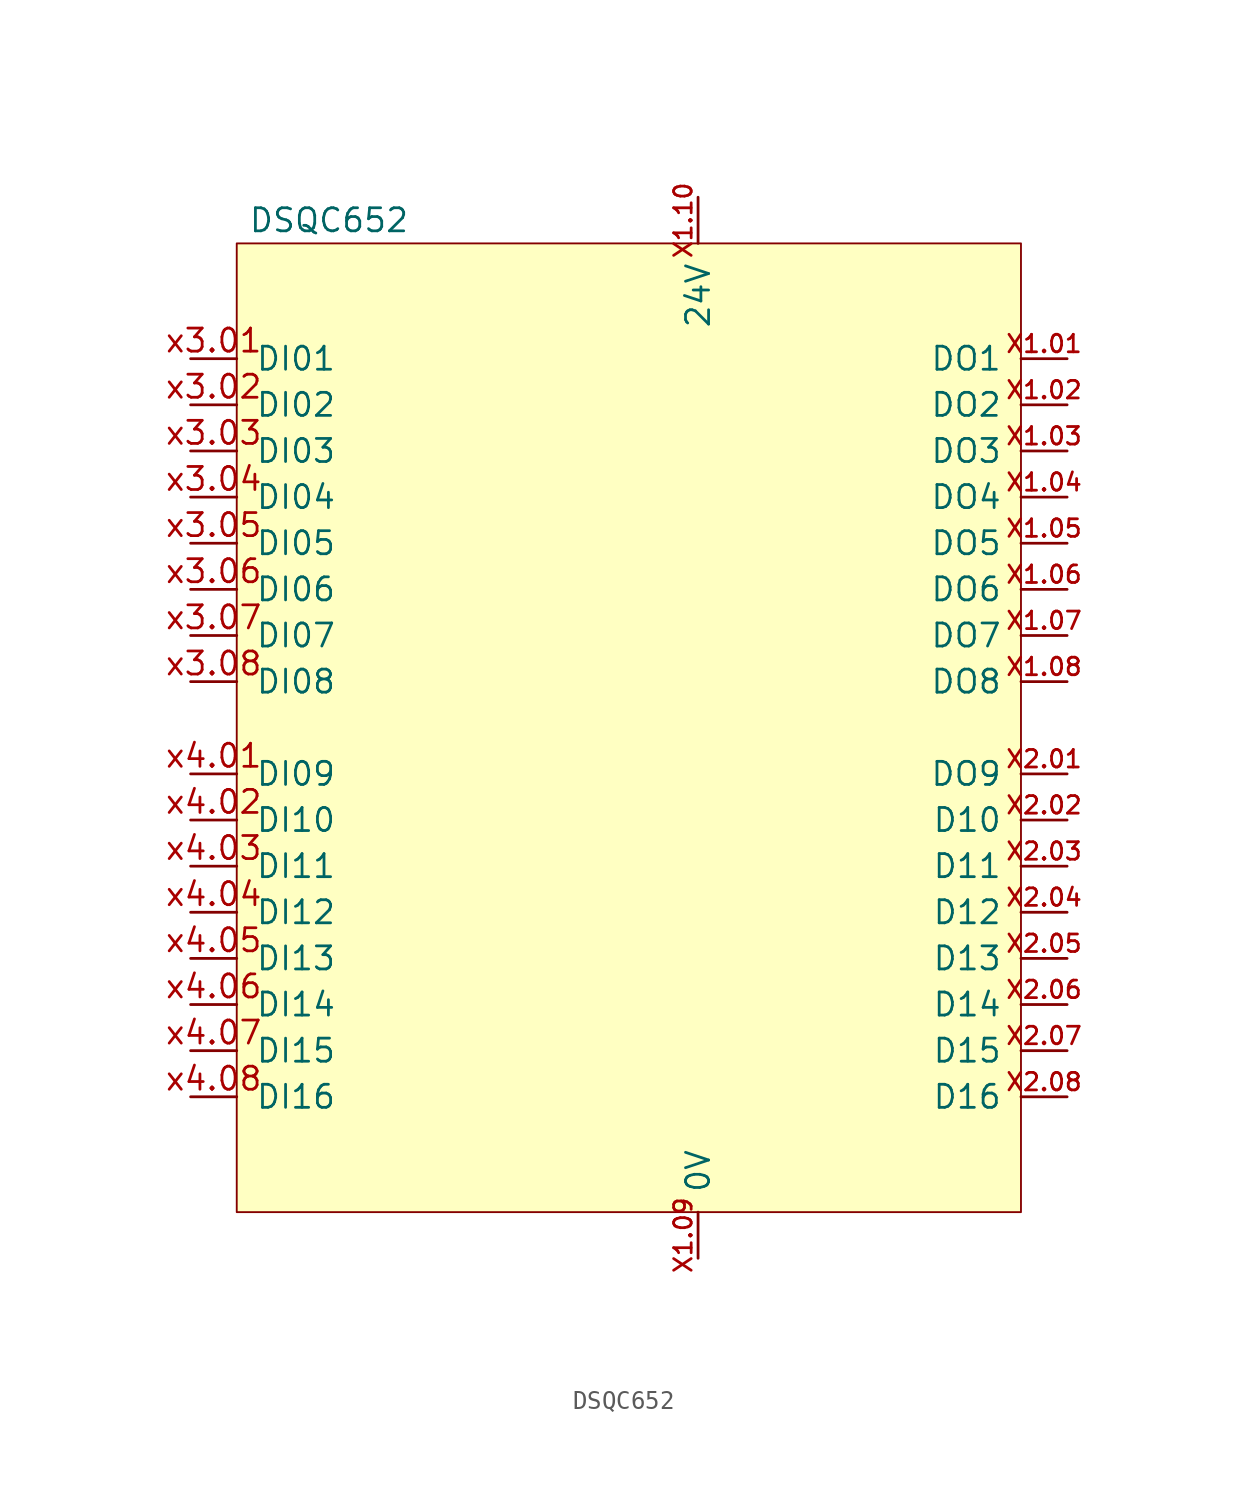
<source format=kicad_sym>
(kicad_symbol_lib
  (version 20220914)
  (generator kicad_symbol_editor)
  (symbol "DSQC652"
    (power)
    (pin_names
      (offset 1.016))
    (property "Reference" "U"
      (at 20.32 27.94 0)
      (effects (font (size 1.27 1.27)) hide))
    (property "Value" "DSQC652"
      (at -16.51 27.94 0)
      (effects (font (size 1.27 1.27))))
    (symbol "DSQC652_0_0"
      (pin output line (at 24.13 20.32 180) (length 2.54) (name "DO1" (effects (font (size 1.27 1.27)))) (number "X1.01" (effects (font (size 0.965 0.965)))))
      (pin power_in line (at 3.81 -29.21 90) (length 2.54) (name "0V" (effects (font (size 1.27 1.27)))) (number "X1.09" (effects (font (size 0.965 0.965)))))
      (pin power_out line (at 3.81 29.21 270) (length 2.54) (name "24V" (effects (font (size 1.27 1.27)))) (number "X1.10" (effects (font (size 0.965 0.965))))))
    (symbol "DSQC652_0_1"
      (rectangle (start 21.59 -26.67) (end -21.59 26.67) (stroke (width 0.102) (type default)) (fill (type background))))
    (symbol "DSQC652_1_1"
      (pin output line (at 24.13 17.78 180) (length 2.54) (name "DO2" (effects (font (size 1.27 1.27)))) (number "X1.02" (effects (font (size 0.965 0.965)))))
      (pin output line (at 24.13 15.24 180) (length 2.54) (name "DO3" (effects (font (size 1.27 1.27)))) (number "X1.03" (effects (font (size 0.965 0.965)))))
      (pin output line (at 24.13 12.7 180) (length 2.54) (name "DO4" (effects (font (size 1.27 1.27)))) (number "X1.04" (effects (font (size 0.965 0.965)))))
      (pin output line (at 24.13 10.16 180) (length 2.54) (name "DO5" (effects (font (size 1.27 1.27)))) (number "X1.05" (effects (font (size 0.965 0.965)))))
      (pin output line (at 24.13 7.62 180) (length 2.54) (name "DO6" (effects (font (size 1.27 1.27)))) (number "X1.06" (effects (font (size 0.965 0.965)))))
      (pin output line (at 24.13 5.08 180) (length 2.54) (name "DO7" (effects (font (size 1.27 1.27)))) (number "X1.07" (effects (font (size 0.965 0.965)))))
      (pin output line (at 24.13 2.54 180) (length 2.54) (name "DO8" (effects (font (size 1.27 1.27)))) (number "X1.08" (effects (font (size 0.965 0.965)))))
      (pin output line (at 24.13 -2.54 180) (length 2.54) (name "DO9" (effects (font (size 1.27 1.27)))) (number "X2.01" (effects (font (size 0.965 0.965)))))
      (pin output line (at 24.13 -5.08 180) (length 2.54) (name "D10" (effects (font (size 1.27 1.27)))) (number "X2.02" (effects (font (size 0.965 0.965)))))
      (pin output line (at 24.13 -7.62 180) (length 2.54) (name "D11" (effects (font (size 1.27 1.27)))) (number "X2.03" (effects (font (size 0.965 0.965)))))
      (pin output line (at 24.13 -10.16 180) (length 2.54) (name "D12" (effects (font (size 1.27 1.27)))) (number "X2.04" (effects (font (size 0.965 0.965)))))
      (pin output line (at 24.13 -12.7 180) (length 2.54) (name "D13" (effects (font (size 1.27 1.27)))) (number "X2.05" (effects (font (size 0.965 0.965)))))
      (pin output line (at 24.13 -15.24 180) (length 2.54) (name "D14" (effects (font (size 1.27 1.27)))) (number "X2.06" (effects (font (size 0.965 0.965)))))
      (pin output line (at 24.13 -17.78 180) (length 2.54) (name "D15" (effects (font (size 1.27 1.27)))) (number "X2.07" (effects (font (size 0.965 0.965)))))
      (pin output line (at 24.13 -20.32 180) (length 2.54) (name "D16" (effects (font (size 1.27 1.27)))) (number "X2.08" (effects (font (size 0.965 0.965)))))
      (pin input line (at -24.13 20.32 0) (length 2.54) (name "DI01" (effects (font (size 1.27 1.27)))) (number "x3.01" (effects (font (size 1.27 1.27)))))
      (pin input line (at -24.13 17.78 0) (length 2.54) (name "DI02" (effects (font (size 1.27 1.27)))) (number "x3.02" (effects (font (size 1.27 1.27)))))
      (pin input line (at -24.13 15.24 0) (length 2.54) (name "DI03" (effects (font (size 1.27 1.27)))) (number "x3.03" (effects (font (size 1.27 1.27)))))
      (pin input line (at -24.13 12.7 0) (length 2.54) (name "DI04" (effects (font (size 1.27 1.27)))) (number "x3.04" (effects (font (size 1.27 1.27)))))
      (pin input line (at -24.13 10.16 0) (length 2.54) (name "DI05" (effects (font (size 1.27 1.27)))) (number "x3.05" (effects (font (size 1.27 1.27)))))
      (pin input line (at -24.13 7.62 0) (length 2.54) (name "DI06" (effects (font (size 1.27 1.27)))) (number "x3.06" (effects (font (size 1.27 1.27)))))
      (pin input line (at -24.13 5.08 0) (length 2.54) (name "DI07" (effects (font (size 1.27 1.27)))) (number "x3.07" (effects (font (size 1.27 1.27)))))
      (pin input line (at -24.13 2.54 0) (length 2.54) (name "DI08" (effects (font (size 1.27 1.27)))) (number "x3.08" (effects (font (size 1.27 1.27)))))
      (pin input line (at -24.13 -2.54 0) (length 2.54) (name "DI09" (effects (font (size 1.27 1.27)))) (number "x4.01" (effects (font (size 1.27 1.27)))))
      (pin input line (at -24.13 -5.08 0) (length 2.54) (name "DI10" (effects (font (size 1.27 1.27)))) (number "x4.02" (effects (font (size 1.27 1.27)))))
      (pin input line (at -24.13 -7.62 0) (length 2.54) (name "DI11" (effects (font (size 1.27 1.27)))) (number "x4.03" (effects (font (size 1.27 1.27)))))
      (pin input line (at -24.13 -10.16 0) (length 2.54) (name "DI12" (effects (font (size 1.27 1.27)))) (number "x4.04" (effects (font (size 1.27 1.27)))))
      (pin input line (at -24.13 -12.7 0) (length 2.54) (name "DI13" (effects (font (size 1.27 1.27)))) (number "x4.05" (effects (font (size 1.27 1.27)))))
      (pin input line (at -24.13 -15.24 0) (length 2.54) (name "DI14" (effects (font (size 1.27 1.27)))) (number "x4.06" (effects (font (size 1.27 1.27)))))
      (pin input line (at -24.13 -17.78 0) (length 2.54) (name "DI15" (effects (font (size 1.27 1.27)))) (number "x4.07" (effects (font (size 1.27 1.27)))))
      (pin input line (at -24.13 -20.32 0) (length 2.54) (name "DI16" (effects (font (size 1.27 1.27)))) (number "x4.08" (effects (font (size 1.27 1.27))))))))
</source>
